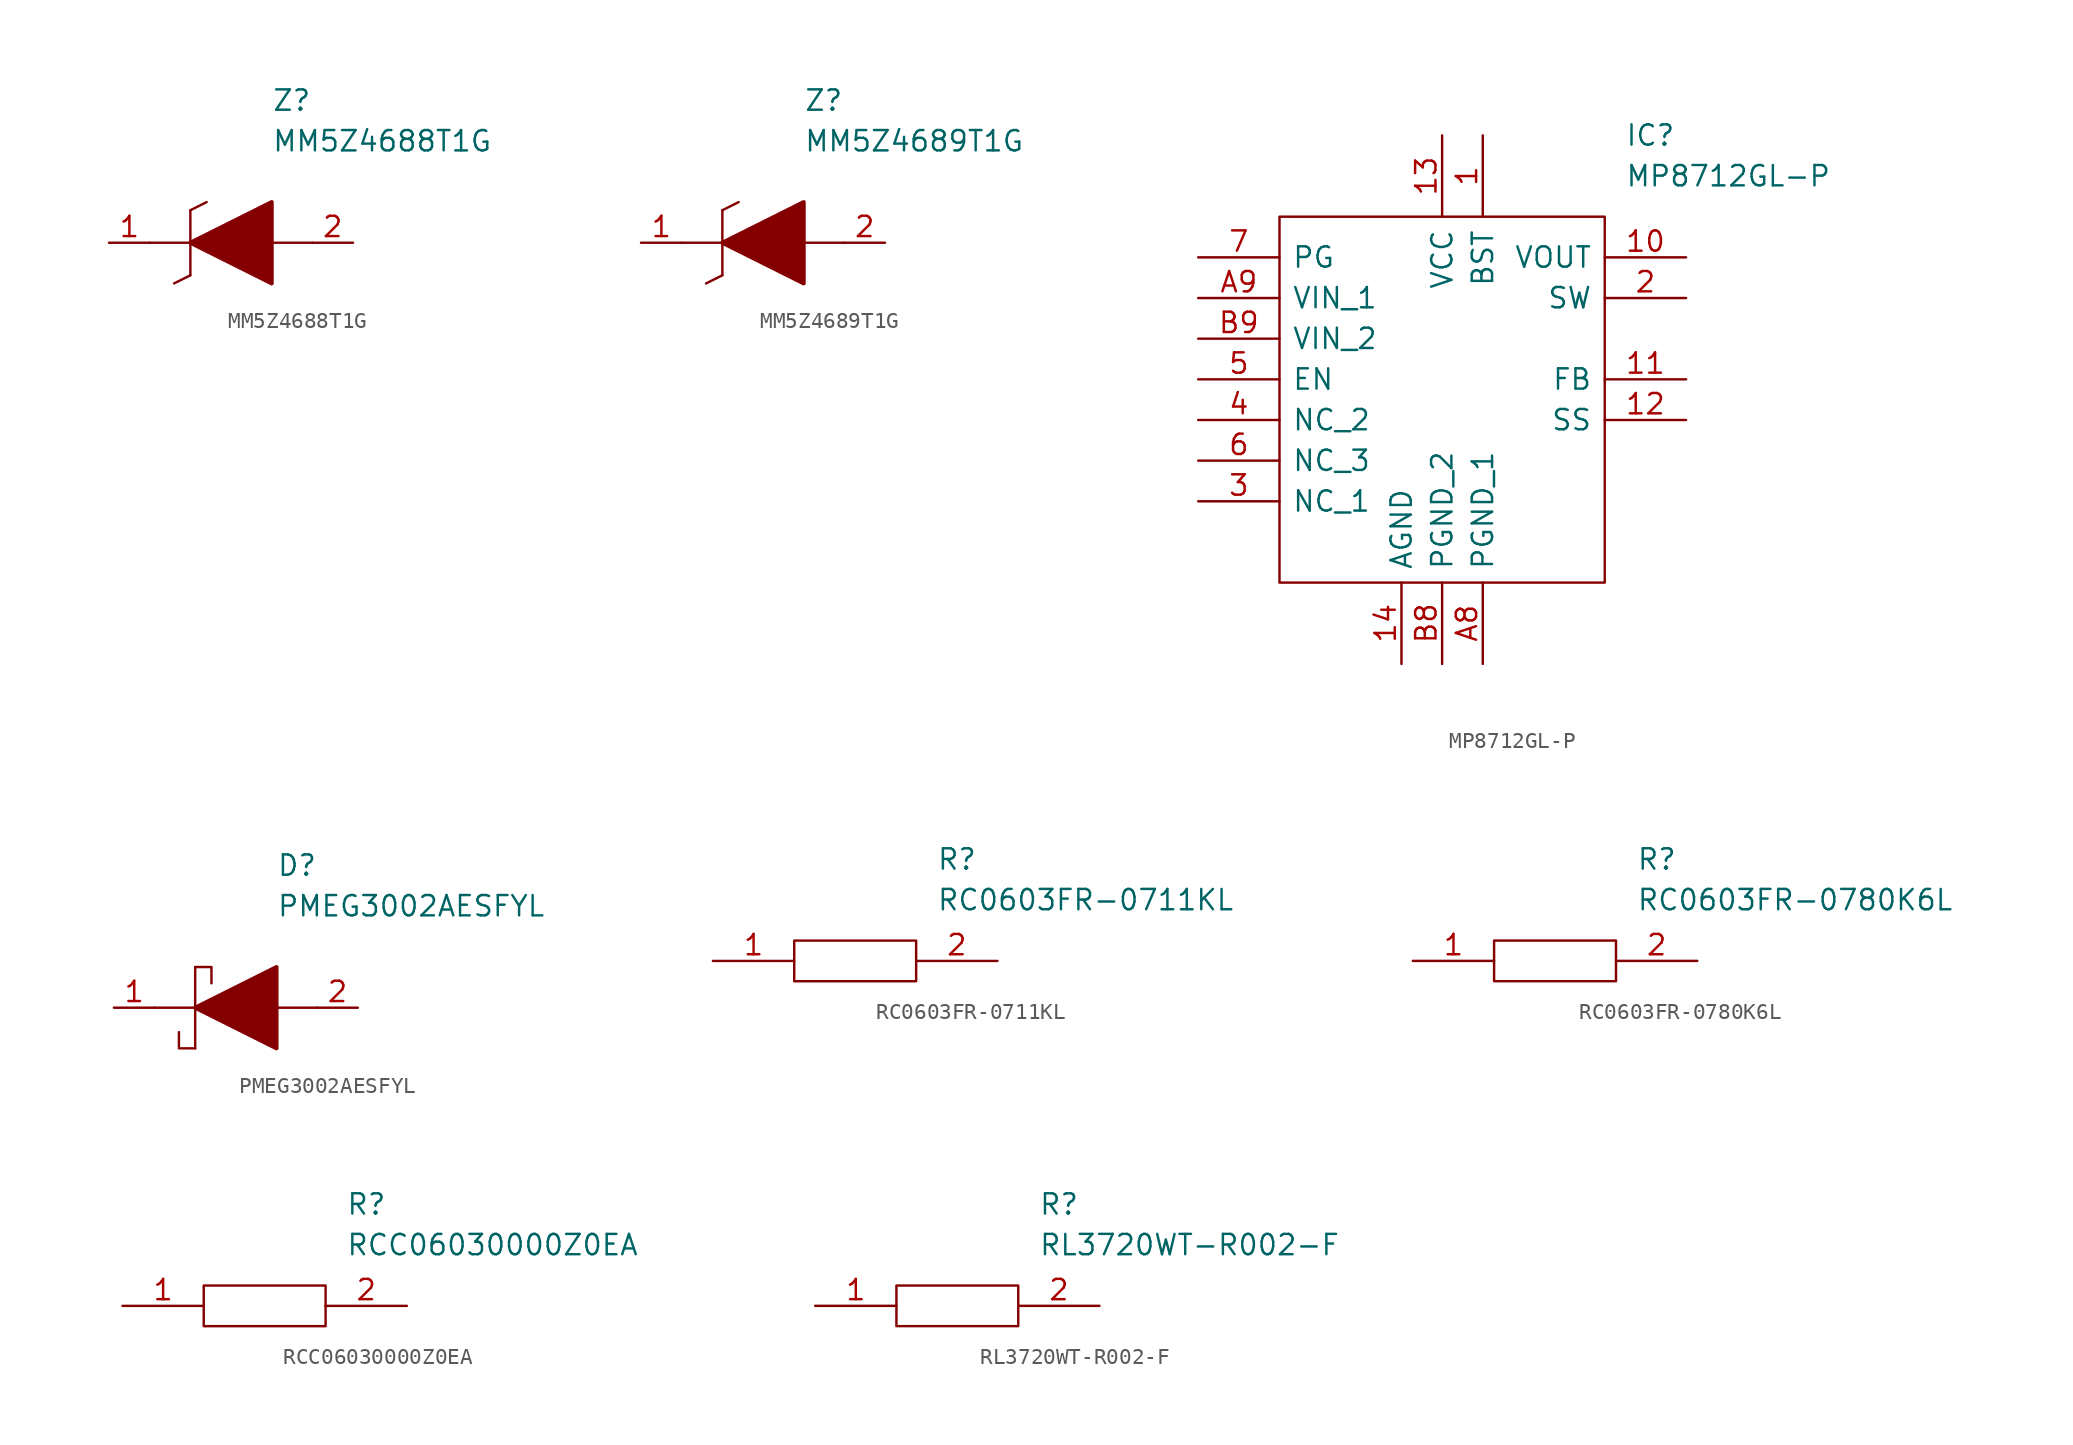
<source format=kicad_sym>
(kicad_symbol_lib
  (version 20211014)
  (generator kicad_symbol_editor)
  (symbol "MM5Z4688T1G"
    (pin_names
      (offset 0.762))
    (property "Reference" "Z"
      (at 10.16 8.89 0)
      (effects (font (size 1.27 1.27)) (justify left)))
    (property "Value" "MM5Z4688T1G"
      (at 10.16 6.35 0)
      (effects (font (size 1.27 1.27)) (justify left)))
    (symbol "MM5Z4688T1G_0_0"
      (pin passive line (at 0 0 0) (length 2.54) (name "~" (effects (font (size 1.27 1.27)))) (number "1" (effects (font (size 1.27 1.27)))))
      (pin passive line (at 15.24 0 180) (length 2.54) (name "~" (effects (font (size 1.27 1.27)))) (number "2" (effects (font (size 1.27 1.27))))))
    (symbol "MM5Z4688T1G_0_1"
      (polyline (pts (xy 2.54 0) (xy 5.08 0)) (stroke (width 0.152) (type default) (color 0 0 0 0)) (fill (type none)))
      (polyline (pts (xy 4.064 -2.54) (xy 5.08 -2.032)) (stroke (width 0.152) (type default) (color 0 0 0 0)) (fill (type none)))
      (polyline (pts (xy 5.08 2.032) (xy 5.08 -2.032)) (stroke (width 0.152) (type default) (color 0 0 0 0)) (fill (type none)))
      (polyline (pts (xy 5.08 2.032) (xy 6.096 2.54)) (stroke (width 0.152) (type default) (color 0 0 0 0)) (fill (type none)))
      (polyline (pts (xy 12.7 0) (xy 10.16 0)) (stroke (width 0.152) (type default) (color 0 0 0 0)) (fill (type none)))
      (polyline (pts (xy 5.08 0) (xy 10.16 2.54) (xy 10.16 -2.54) (xy 5.08 0)) (stroke (width 0.254) (type default) (color 0 0 0 0)) (fill (type outline)))))
  (symbol "MM5Z4689T1G"
    (pin_names
      (offset 0.762))
    (property "Reference" "Z"
      (at 10.16 8.89 0)
      (effects (font (size 1.27 1.27)) (justify left)))
    (property "Value" "MM5Z4689T1G"
      (at 10.16 6.35 0)
      (effects (font (size 1.27 1.27)) (justify left)))
    (symbol "MM5Z4689T1G_0_0"
      (pin passive line (at 0 0 0) (length 2.54) (name "~" (effects (font (size 1.27 1.27)))) (number "1" (effects (font (size 1.27 1.27)))))
      (pin passive line (at 15.24 0 180) (length 2.54) (name "~" (effects (font (size 1.27 1.27)))) (number "2" (effects (font (size 1.27 1.27))))))
    (symbol "MM5Z4689T1G_0_1"
      (polyline (pts (xy 2.54 0) (xy 5.08 0)) (stroke (width 0.152) (type default) (color 0 0 0 0)) (fill (type none)))
      (polyline (pts (xy 4.064 -2.54) (xy 5.08 -2.032)) (stroke (width 0.152) (type default) (color 0 0 0 0)) (fill (type none)))
      (polyline (pts (xy 5.08 2.032) (xy 5.08 -2.032)) (stroke (width 0.152) (type default) (color 0 0 0 0)) (fill (type none)))
      (polyline (pts (xy 5.08 2.032) (xy 6.096 2.54)) (stroke (width 0.152) (type default) (color 0 0 0 0)) (fill (type none)))
      (polyline (pts (xy 12.7 0) (xy 10.16 0)) (stroke (width 0.152) (type default) (color 0 0 0 0)) (fill (type none)))
      (polyline (pts (xy 5.08 0) (xy 10.16 2.54) (xy 10.16 -2.54) (xy 5.08 0)) (stroke (width 0.254) (type default) (color 0 0 0 0)) (fill (type outline)))))
  (symbol "MP8712GL-P"
    (pin_names
      (offset 0.762))
    (property "Reference" "IC"
      (at 26.67 7.62 0)
      (effects (font (size 1.27 1.27)) (justify left)))
    (property "Value" "MP8712GL-P"
      (at 26.67 5.08 0)
      (effects (font (size 1.27 1.27)) (justify left)))
    (symbol "MP8712GL-P_0_0"
      (pin passive line (at 17.78 7.62 270) (length 5.08) (name "BST" (effects (font (size 1.27 1.27)))) (number "1" (effects (font (size 1.27 1.27)))))
      (pin passive line (at 30.48 0 180) (length 5.08) (name "VOUT" (effects (font (size 1.27 1.27)))) (number "10" (effects (font (size 1.27 1.27)))))
      (pin passive line (at 30.48 -7.62 180) (length 5.08) (name "FB" (effects (font (size 1.27 1.27)))) (number "11" (effects (font (size 1.27 1.27)))))
      (pin passive line (at 30.48 -10.16 180) (length 5.08) (name "SS" (effects (font (size 1.27 1.27)))) (number "12" (effects (font (size 1.27 1.27)))))
      (pin passive line (at 15.24 7.62 270) (length 5.08) (name "VCC" (effects (font (size 1.27 1.27)))) (number "13" (effects (font (size 1.27 1.27)))))
      (pin passive line (at 12.7 -25.4 90) (length 5.08) (name "AGND" (effects (font (size 1.27 1.27)))) (number "14" (effects (font (size 1.27 1.27)))))
      (pin passive line (at 30.48 -2.54 180) (length 5.08) (name "SW" (effects (font (size 1.27 1.27)))) (number "2" (effects (font (size 1.27 1.27)))))
      (pin passive line (at 0 -15.24 0) (length 5.08) (name "NC_1" (effects (font (size 1.27 1.27)))) (number "3" (effects (font (size 1.27 1.27)))))
      (pin passive line (at 0 -10.16 0) (length 5.08) (name "NC_2" (effects (font (size 1.27 1.27)))) (number "4" (effects (font (size 1.27 1.27)))))
      (pin passive line (at 0 -7.62 0) (length 5.08) (name "EN" (effects (font (size 1.27 1.27)))) (number "5" (effects (font (size 1.27 1.27)))))
      (pin passive line (at 0 -12.7 0) (length 5.08) (name "NC_3" (effects (font (size 1.27 1.27)))) (number "6" (effects (font (size 1.27 1.27)))))
      (pin passive line (at 0 0 0) (length 5.08) (name "PG" (effects (font (size 1.27 1.27)))) (number "7" (effects (font (size 1.27 1.27)))))
      (pin passive line (at 17.78 -25.4 90) (length 5.08) (name "PGND_1" (effects (font (size 1.27 1.27)))) (number "A8" (effects (font (size 1.27 1.27)))))
      (pin passive line (at 0 -2.54 0) (length 5.08) (name "VIN_1" (effects (font (size 1.27 1.27)))) (number "A9" (effects (font (size 1.27 1.27)))))
      (pin passive line (at 15.24 -25.4 90) (length 5.08) (name "PGND_2" (effects (font (size 1.27 1.27)))) (number "B8" (effects (font (size 1.27 1.27)))))
      (pin passive line (at 0 -5.08 0) (length 5.08) (name "VIN_2" (effects (font (size 1.27 1.27)))) (number "B9" (effects (font (size 1.27 1.27))))))
    (symbol "MP8712GL-P_0_1"
      (polyline (pts (xy 5.08 2.54) (xy 25.4 2.54) (xy 25.4 -20.32) (xy 5.08 -20.32) (xy 5.08 2.54)) (stroke (width 0.152) (type default) (color 0 0 0 0)) (fill (type none)))))
  (symbol "PMEG3002AESFYL"
    (pin_names
      (offset 0.762))
    (property "Reference" "D"
      (at 12.7 8.89 0)
      (effects (font (size 1.27 1.27)) (justify left)))
    (property "Value" "PMEG3002AESFYL"
      (at 12.7 6.35 0)
      (effects (font (size 1.27 1.27)) (justify left)))
    (symbol "PMEG3002AESFYL_0_0"
      (pin passive line (at 2.54 0 0) (length 2.54) (name "~" (effects (font (size 1.27 1.27)))) (number "1" (effects (font (size 1.27 1.27)))))
      (pin passive line (at 17.78 0 180) (length 2.54) (name "~" (effects (font (size 1.27 1.27)))) (number "2" (effects (font (size 1.27 1.27))))))
    (symbol "PMEG3002AESFYL_0_1"
      (polyline (pts (xy 5.08 0) (xy 7.62 0)) (stroke (width 0.152) (type default) (color 0 0 0 0)) (fill (type none)))
      (polyline (pts (xy 7.62 2.54) (xy 7.62 -2.54)) (stroke (width 0.152) (type default) (color 0 0 0 0)) (fill (type none)))
      (polyline (pts (xy 12.7 0) (xy 15.24 0)) (stroke (width 0.152) (type default) (color 0 0 0 0)) (fill (type none)))
      (polyline (pts (xy 7.62 -2.54) (xy 6.604 -2.54) (xy 6.604 -1.524)) (stroke (width 0.152) (type default) (color 0 0 0 0)) (fill (type none)))
      (polyline (pts (xy 7.62 2.54) (xy 8.636 2.54) (xy 8.636 1.524)) (stroke (width 0.152) (type default) (color 0 0 0 0)) (fill (type none)))
      (polyline (pts (xy 7.62 0) (xy 12.7 2.54) (xy 12.7 -2.54) (xy 7.62 0)) (stroke (width 0.254) (type default) (color 0 0 0 0)) (fill (type outline)))))
  (symbol "RC0603FR-0711KL"
    (pin_names
      (offset 0.762))
    (property "Reference" "R"
      (at 13.97 6.35 0)
      (effects (font (size 1.27 1.27)) (justify left)))
    (property "Value" "RC0603FR-0711KL"
      (at 13.97 3.81 0)
      (effects (font (size 1.27 1.27)) (justify left)))
    (symbol "RC0603FR-0711KL_0_0"
      (pin passive line (at 0 0 0) (length 5.08) (name "~" (effects (font (size 1.27 1.27)))) (number "1" (effects (font (size 1.27 1.27)))))
      (pin passive line (at 17.78 0 180) (length 5.08) (name "~" (effects (font (size 1.27 1.27)))) (number "2" (effects (font (size 1.27 1.27))))))
    (symbol "RC0603FR-0711KL_0_1"
      (polyline (pts (xy 5.08 1.27) (xy 12.7 1.27) (xy 12.7 -1.27) (xy 5.08 -1.27) (xy 5.08 1.27)) (stroke (width 0.152) (type default) (color 0 0 0 0)) (fill (type none)))))
  (symbol "RC0603FR-0780K6L"
    (pin_names
      (offset 0.762))
    (property "Reference" "R"
      (at 13.97 6.35 0)
      (effects (font (size 1.27 1.27)) (justify left)))
    (property "Value" "RC0603FR-0780K6L"
      (at 13.97 3.81 0)
      (effects (font (size 1.27 1.27)) (justify left)))
    (symbol "RC0603FR-0780K6L_0_0"
      (pin passive line (at 0 0 0) (length 5.08) (name "~" (effects (font (size 1.27 1.27)))) (number "1" (effects (font (size 1.27 1.27)))))
      (pin passive line (at 17.78 0 180) (length 5.08) (name "~" (effects (font (size 1.27 1.27)))) (number "2" (effects (font (size 1.27 1.27))))))
    (symbol "RC0603FR-0780K6L_0_1"
      (polyline (pts (xy 5.08 1.27) (xy 12.7 1.27) (xy 12.7 -1.27) (xy 5.08 -1.27) (xy 5.08 1.27)) (stroke (width 0.152) (type default) (color 0 0 0 0)) (fill (type none)))))
  (symbol "RCC06030000Z0EA"
    (pin_names
      (offset 0.762))
    (property "Reference" "R"
      (at 13.97 6.35 0)
      (effects (font (size 1.27 1.27)) (justify left)))
    (property "Value" "RCC06030000Z0EA"
      (at 13.97 3.81 0)
      (effects (font (size 1.27 1.27)) (justify left)))
    (symbol "RCC06030000Z0EA_0_0"
      (pin passive line (at 0 0 0) (length 5.08) (name "~" (effects (font (size 1.27 1.27)))) (number "1" (effects (font (size 1.27 1.27)))))
      (pin passive line (at 17.78 0 180) (length 5.08) (name "~" (effects (font (size 1.27 1.27)))) (number "2" (effects (font (size 1.27 1.27))))))
    (symbol "RCC06030000Z0EA_0_1"
      (polyline (pts (xy 5.08 1.27) (xy 12.7 1.27) (xy 12.7 -1.27) (xy 5.08 -1.27) (xy 5.08 1.27)) (stroke (width 0.152) (type default) (color 0 0 0 0)) (fill (type none)))))
  (symbol "RL3720WT-R002-F"
    (pin_names
      (offset 0.762))
    (property "Reference" "R"
      (at 13.97 6.35 0)
      (effects (font (size 1.27 1.27)) (justify left)))
    (property "Value" "RL3720WT-R002-F"
      (at 13.97 3.81 0)
      (effects (font (size 1.27 1.27)) (justify left)))
    (symbol "RL3720WT-R002-F_0_0"
      (pin passive line (at 0 0 0) (length 5.08) (name "~" (effects (font (size 1.27 1.27)))) (number "1" (effects (font (size 1.27 1.27)))))
      (pin passive line (at 17.78 0 180) (length 5.08) (name "~" (effects (font (size 1.27 1.27)))) (number "2" (effects (font (size 1.27 1.27))))))
    (symbol "RL3720WT-R002-F_0_1"
      (polyline (pts (xy 5.08 1.27) (xy 12.7 1.27) (xy 12.7 -1.27) (xy 5.08 -1.27) (xy 5.08 1.27)) (stroke (width 0.152) (type default) (color 0 0 0 0)) (fill (type none))))))
</source>
